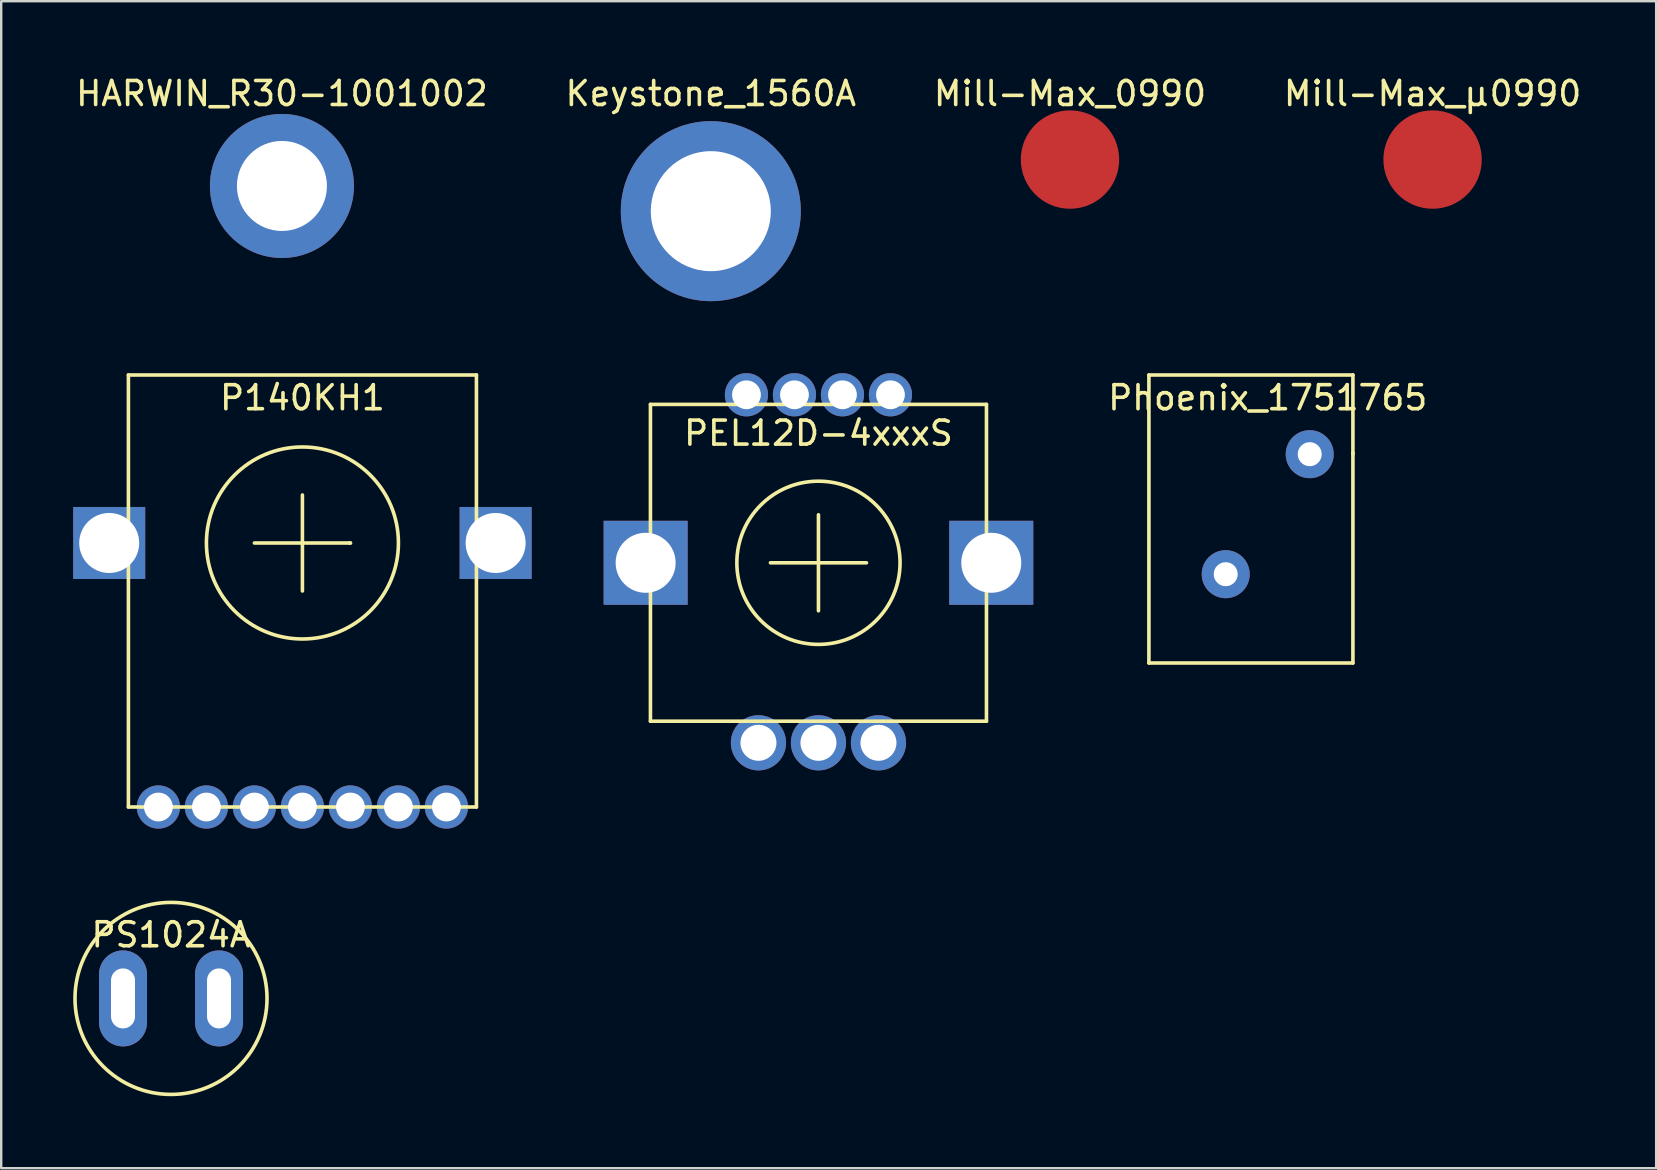
<source format=kicad_pcb>
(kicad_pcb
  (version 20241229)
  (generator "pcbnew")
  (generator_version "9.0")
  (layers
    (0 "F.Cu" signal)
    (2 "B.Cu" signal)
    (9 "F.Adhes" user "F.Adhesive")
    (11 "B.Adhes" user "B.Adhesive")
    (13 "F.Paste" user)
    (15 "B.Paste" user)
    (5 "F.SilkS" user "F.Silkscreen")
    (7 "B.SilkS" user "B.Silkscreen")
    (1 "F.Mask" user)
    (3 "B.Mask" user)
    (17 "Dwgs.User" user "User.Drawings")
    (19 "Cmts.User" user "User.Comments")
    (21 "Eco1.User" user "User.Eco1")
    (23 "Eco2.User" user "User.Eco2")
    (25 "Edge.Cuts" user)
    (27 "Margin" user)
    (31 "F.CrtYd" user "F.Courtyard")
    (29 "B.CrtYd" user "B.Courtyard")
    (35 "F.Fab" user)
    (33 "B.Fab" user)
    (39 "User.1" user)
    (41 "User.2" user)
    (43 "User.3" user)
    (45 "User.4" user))
  (footprint "PS1024A"
    (layer "F.Cu")
    (at 4.075 38.548)
    (property "Reference" "PS1024A" (at 0 -2.65 0) (layer "F.SilkS") (effects (font (size 1 1) (thickness 0.15))))
    (attr through_hole)
    (fp_circle (center 0 0) (end 4 0) (stroke (width 0.15) (type solid)) (fill no) (layer "F.SilkS"))
    (pad "1" thru_hole oval (at -2 0) (size 2 4) (drill oval 1 2.5) (layers "*.Cu" "*.Mask"))
    (pad "2" thru_hole oval (at 2 0) (size 2 4) (drill oval 1 2.5) (layers "*.Cu" "*.Mask")))
  (footprint "P140KH1"
    (layer "F.Cu")
    (at 9.55 19.573)
    (property "Reference" "P140KH1" (at 0 -6.05 0) (layer "F.SilkS") (effects (font (size 1 1) (thickness 0.15))))
    (attr through_hole)
    (fp_line (start -7.25 -7) (end -7.25 11) (stroke (width 0.15) (type solid)) (layer "F.SilkS"))
    (fp_line (start -7.25 11) (end 7.25 11) (stroke (width 0.15) (type solid)) (layer "F.SilkS"))
    (fp_line (start -2 0) (end 2 0) (stroke (width 0.15) (type solid)) (layer "F.SilkS"))
    (fp_line (start 0 -2) (end 0 2) (stroke (width 0.15) (type solid)) (layer "F.SilkS"))
    (fp_line (start 2 0) (end 1.95 0) (stroke (width 0.15) (type solid)) (layer "F.SilkS"))
    (fp_line (start 7.25 -7) (end -7.25 -7) (stroke (width 0.15) (type solid)) (layer "F.SilkS"))
    (fp_line (start 7.25 11) (end 7.25 -7) (stroke (width 0.15) (type solid)) (layer "F.SilkS"))
    (fp_circle (center 0 0) (end 4 0) (stroke (width 0.15) (type solid)) (fill no) (layer "F.SilkS"))
    (pad "1" thru_hole circle (at -4 11) (size 1.8 1.8) (drill 1.2) (layers "*.Cu" "*.Mask"))
    (pad "2" thru_hole circle (at -2 11) (size 1.8 1.8) (drill 1.2) (layers "*.Cu" "*.Mask"))
    (pad "3" thru_hole circle (at 2 11) (size 1.8 1.8) (drill 1.2) (layers "*.Cu" "*.Mask"))
    (pad "D" thru_hole circle (at 6 11) (size 1.8 1.8) (drill 1.2) (layers "*.Cu" "*.Mask"))
    (pad "M1" thru_hole rect (at -8.05 0) (size 3 3) (drill 2.5) (layers "*.Cu" "*.Mask"))
    (pad "M2" thru_hole rect (at 8.05 0) (size 3 3) (drill 2.5) (layers "*.Cu" "*.Mask"))
    (pad "~1" thru_hole circle (at -6 11) (size 1.8 1.8) (drill 1.2) (layers "*.Cu" "*.Mask"))
    (pad "~2" thru_hole circle (at 0 11) (size 1.8 1.8) (drill 1.2) (layers "*.Cu" "*.Mask"))
    (pad "~3" thru_hole circle (at 4 11) (size 1.8 1.8) (drill 1.2) (layers "*.Cu" "*.Mask")))
  (footprint "Mill-Max_0990"
    (layer "F.Cu")
    (at 41.53 3.598)
    (property "Reference" "Mill-Max_0990" (at 0 -2.75 0) (layer "F.SilkS") (effects (font (size 1 1) (thickness 0.15))))
    (attr through_hole)
    (pad "1" smd circle (at 0 0) (size 4.1 4.1) (layers "F.Cu" "F.Mask" "F.Paste")))
  (footprint "Keystone_1560A"
    (layer "F.Cu")
    (at 26.565 5.748)
    (property "Reference" "Keystone_1560A" (at 0 -4.9 0) (layer "F.SilkS") (effects (font (size 1 1) (thickness 0.15))))
    (attr through_hole)
    (pad "1" thru_hole circle (at 0 0) (size 7.5 7.5) (drill 5) (layers "*.Cu" "*.Mask")))
  (footprint "HARWIN_R30-1001002"
    (layer "F.Cu")
    (at 8.696 4.698)
    (property "Reference" "HARWIN_R30-1001002" (at 0 -3.85 0) (layer "F.SilkS") (effects (font (size 1 1) (thickness 0.15))))
    (attr through_hole)
    (pad "1" thru_hole circle (at 0 0) (size 6 6) (drill 3.75) (layers "*.Cu" "*.Mask")))
  (footprint "Phoenix_1751765"
    (layer "F.Cu")
    (at 49.768 19.573)
    (property "Reference" "Phoenix_1751765" (at 0 -6.05 0) (layer "F.SilkS") (effects (font (size 1 1) (thickness 0.15))))
    (attr through_hole)
    (fp_line (start -4.95 -7) (end -4.95 5) (stroke (width 0.15) (type solid)) (layer "F.SilkS"))
    (fp_line (start -4.95 5) (end 3.55 5) (stroke (width 0.15) (type solid)) (layer "F.SilkS"))
    (fp_line (start 3.55 -7) (end -4.95 -7) (stroke (width 0.15) (type solid)) (layer "F.SilkS"))
    (fp_line (start 3.55 -3.7) (end 3.55 -7) (stroke (width 0.15) (type solid)) (layer "F.SilkS"))
    (fp_line (start 3.55 5) (end 3.55 -3.75) (stroke (width 0.15) (type solid)) (layer "F.SilkS"))
    (pad "1" thru_hole circle (at -1.75 1.3) (size 2 2) (drill 1) (layers "*.Cu" "*.Mask"))
    (pad "2" thru_hole circle (at 1.75 -3.7) (size 2 2) (drill 1) (layers "*.Cu" "*.Mask")))
  (footprint "Mill-Max_µ0990"
    (layer "F.Cu")
    (at 56.637 3.598)
    (property "Reference" "Mill-Max_µ0990" (at 0 -2.75 0) (layer "F.SilkS") (effects (font (size 1 1) (thickness 0.15))))
    (attr through_hole)
    (pad "1" smd circle (at 0 0) (size 4.1 4.1) (layers "F.Cu" "F.Mask" "F.Paste")))
  (footprint "PEL12D-4xxxS"
    (layer "F.Cu")
    (at 31.05 20.398)
    (property "Reference" "PEL12D-4xxxS" (at 0 -5.4 0) (layer "F.SilkS") (effects (font (size 1 1) (thickness 0.15))))
    (attr through_hole)
    (fp_line (start -7 -6.6) (end -7 6.6) (stroke (width 0.15) (type solid)) (layer "F.SilkS"))
    (fp_line (start -7 6.6) (end 7 6.6) (stroke (width 0.15) (type solid)) (layer "F.SilkS"))
    (fp_line (start -2 0) (end 2 0) (stroke (width 0.15) (type solid)) (layer "F.SilkS"))
    (fp_line (start 0 -2) (end 0 2) (stroke (width 0.15) (type solid)) (layer "F.SilkS"))
    (fp_line (start 7 -6.6) (end -7 -6.6) (stroke (width 0.15) (type solid)) (layer "F.SilkS"))
    (fp_line (start 7 6.6) (end 7 -6.6) (stroke (width 0.15) (type solid)) (layer "F.SilkS"))
    (fp_circle (center 0 0) (end 3.4 0) (stroke (width 0.15) (type solid)) (fill no) (layer "F.SilkS"))
    (pad "1" thru_hole circle (at 3 -7) (size 1.8 1.8) (drill 1.2) (layers "*.Cu" "*.Mask"))
    (pad "2" thru_hole circle (at 1 -7) (size 1.8 1.8) (drill 1.2) (layers "*.Cu" "*.Mask"))
    (pad "3" thru_hole circle (at -1 -7) (size 1.8 1.8) (drill 1.2) (layers "*.Cu" "*.Mask"))
    (pad "4" thru_hole circle (at -3 -7) (size 1.8 1.8) (drill 1.2) (layers "*.Cu" "*.Mask"))
    (pad "A" thru_hole circle (at -2.5 7.5) (size 2.3 2.3) (drill 1.5) (layers "*.Cu" "*.Mask"))
    (pad "B" thru_hole circle (at 2.5 7.5) (size 2.3 2.3) (drill 1.5) (layers "*.Cu" "*.Mask"))
    (pad "C" thru_hole circle (at 0 7.5) (size 2.3 2.3) (drill 1.5) (layers "*.Cu" "*.Mask"))
    (pad "M1" thru_hole rect (at -7.2 0) (size 3.5 3.5) (drill 2.5) (layers "*.Cu" "*.Mask"))
    (pad "M2" thru_hole rect (at 7.2 0) (size 3.5 3.5) (drill 2.5) (layers "*.Cu" "*.Mask")))
  (gr_rect
    (start -3 -3)
    (end 65.952 45.623)
    (stroke (width 0.1) (type default))
    (fill no)
    (layer "Edge.Cuts")))
</source>
